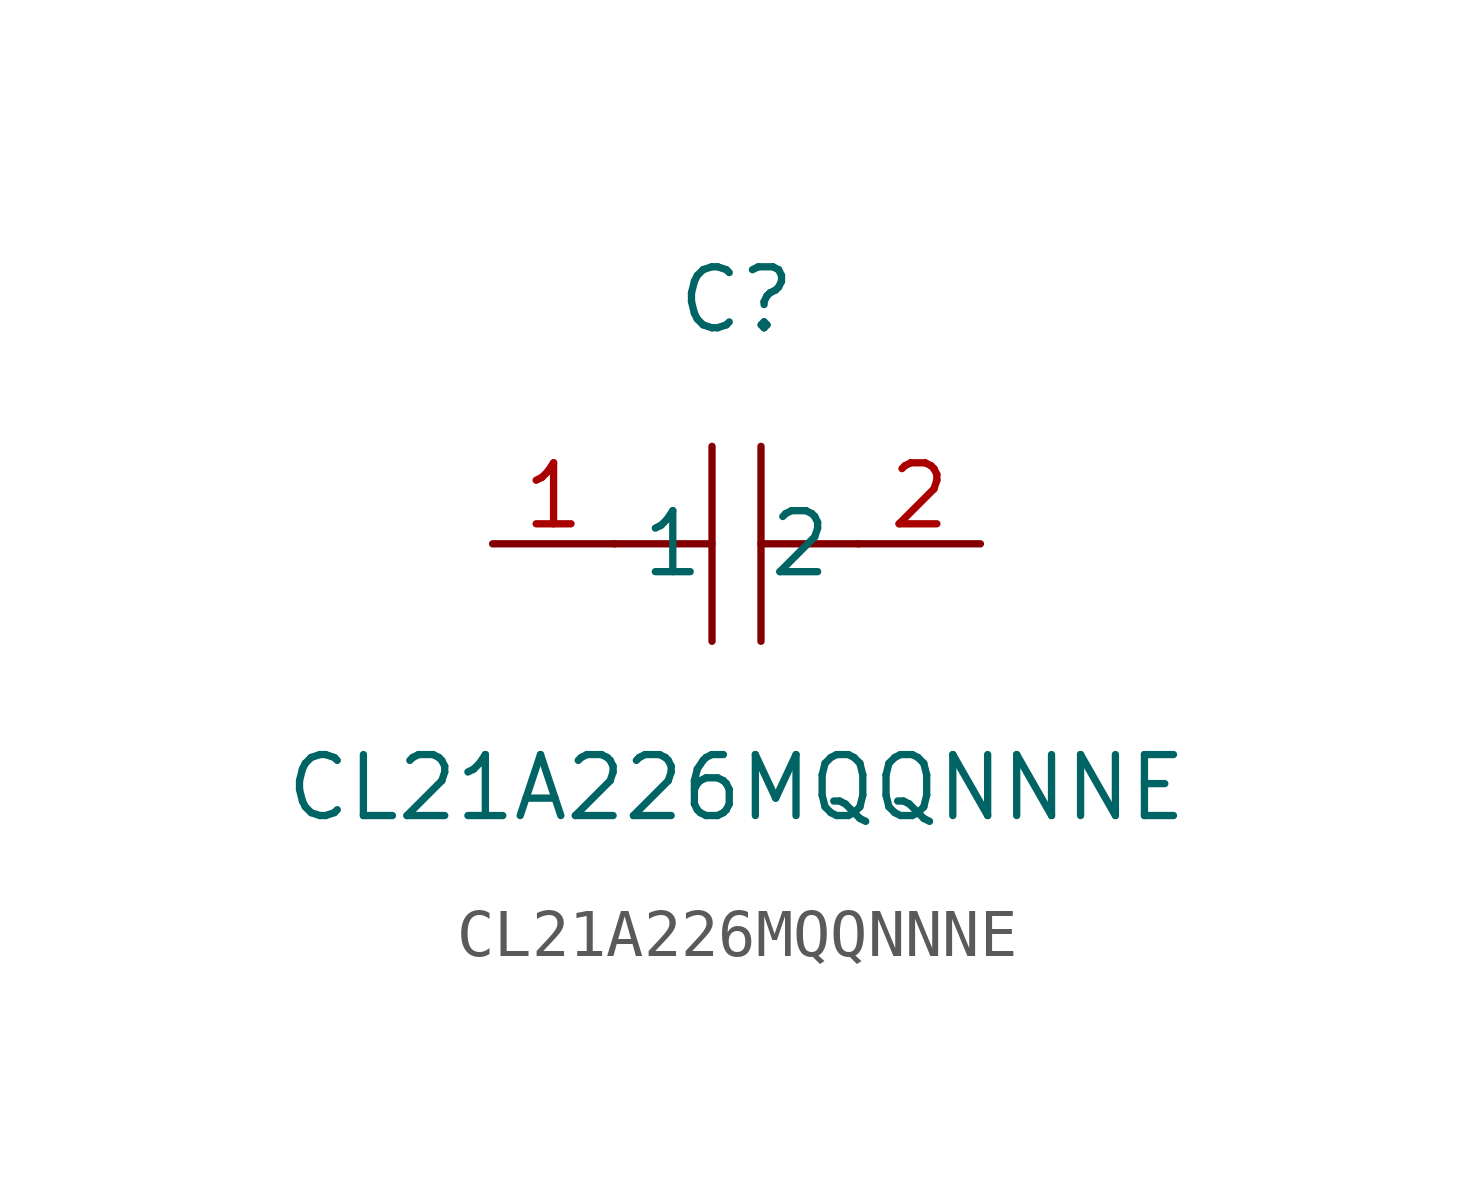
<source format=kicad_sym>
(kicad_symbol_lib
  (version 1)
  (generator "faebryk")
  (symbol "CL21A226MQQNNNE"
    (property "Reference" "C"
      (at 0 5.08 0)
      (effects (font (size 1.27 1.27)) (hide no)))
    (property "Value" "CL21A226MQQNNNE"
      (at 0 -5.08 0)
      (effects (font (size 1.27 1.27)) (hide no)))
    (symbol "CL21A226MQQNNNE_0_1"
      (polyline (stroke (width 0) (type default) (color 0 0 0 0)) (fill (type none)) (pts (xy -0.51 -2.03) (xy -0.51 2.03)))
      (polyline (stroke (width 0) (type default) (color 0 0 0 0)) (fill (type none)) (pts (xy 2.54 0) (xy 0.51 0)))
      (polyline (stroke (width 0) (type default) (color 0 0 0 0)) (fill (type none)) (pts (xy 0.51 2.03) (xy 0.51 -2.03)))
      (polyline (stroke (width 0) (type default) (color 0 0 0 0)) (fill (type none)) (pts (xy -0.51 0) (xy -2.54 0)))
      (pin unspecified line (at -5.08 0 0) (length 2.54) (name "1" (effects (font (size 1.27 1.27)) (hide no))) (number "1" (effects (font (size 1.27 1.27)) (hide no))))
      (pin unspecified line (at 5.08 0 180) (length 2.54) (name "2" (effects (font (size 1.27 1.27)) (hide no))) (number "2" (effects (font (size 1.27 1.27)) (hide no)))))))
</source>
